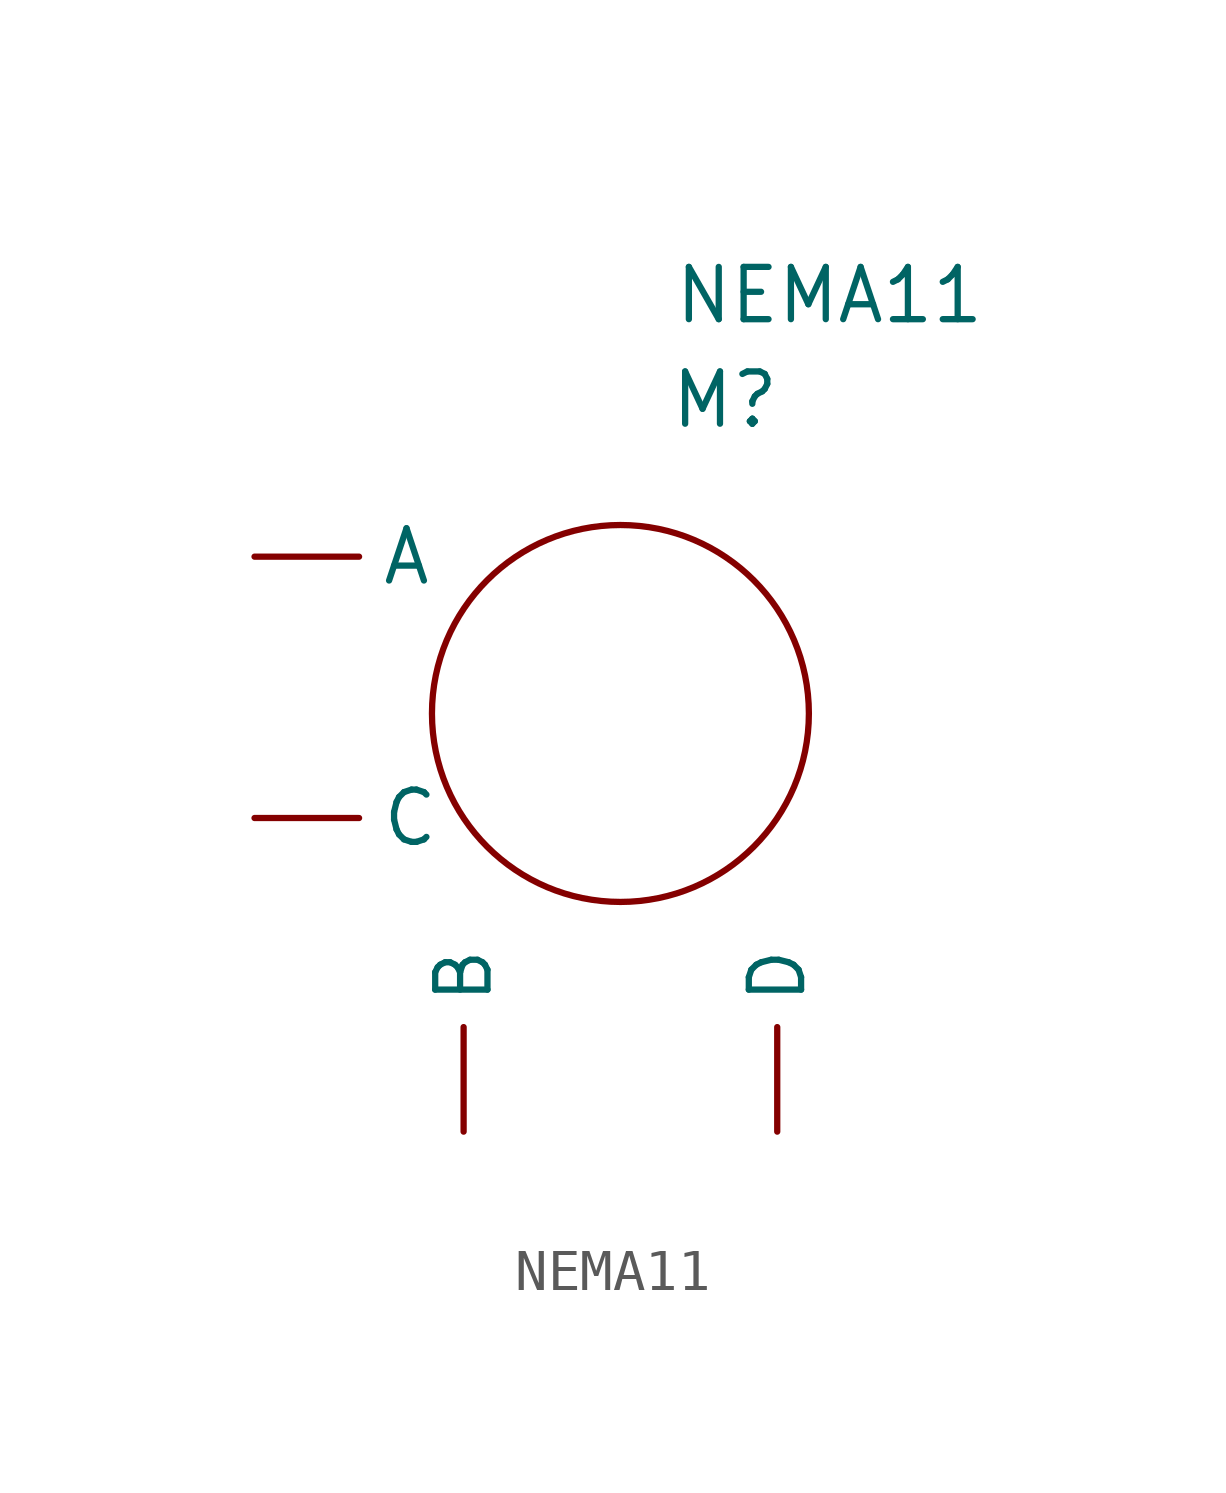
<source format=kicad_sym>
(kicad_symbol_lib
  (version 20211014)
  (generator kicad_symbol_editor)
  (symbol "NEMA11"
    (property "Reference" "M"
      (at 2.54 2.54 0)
      (effects (font (size 1.27 1.27))))
    (property "Value" "NEMA11"
      (at 5.08 5.08 0)
      (effects (font (size 1.27 1.27))))
    (symbol "NEMA11_0_1"
      (circle (center 0 -5.08) (radius 4.579) (stroke (width 0) (type default) (color 0 0 0 0)) (fill (type none))))
    (symbol "NEMA11_1_1"
      (pin input line (at -8.89 -1.27 0) (length 2.54) (name "A" (effects (font (size 1.27 1.27)))) (number "" (effects (font (size 1.27 1.27)))))
      (pin input line (at -3.81 -15.24 90) (length 2.54) (name "B" (effects (font (size 1.27 1.27)))) (number "" (effects (font (size 1.27 1.27)))))
      (pin input line (at -8.89 -7.62 0) (length 2.54) (name "C" (effects (font (size 1.27 1.27)))) (number "" (effects (font (size 1.27 1.27)))))
      (pin input line (at 3.81 -15.24 90) (length 2.54) (name "D" (effects (font (size 1.27 1.27)))) (number "" (effects (font (size 1.27 1.27))))))))
</source>
